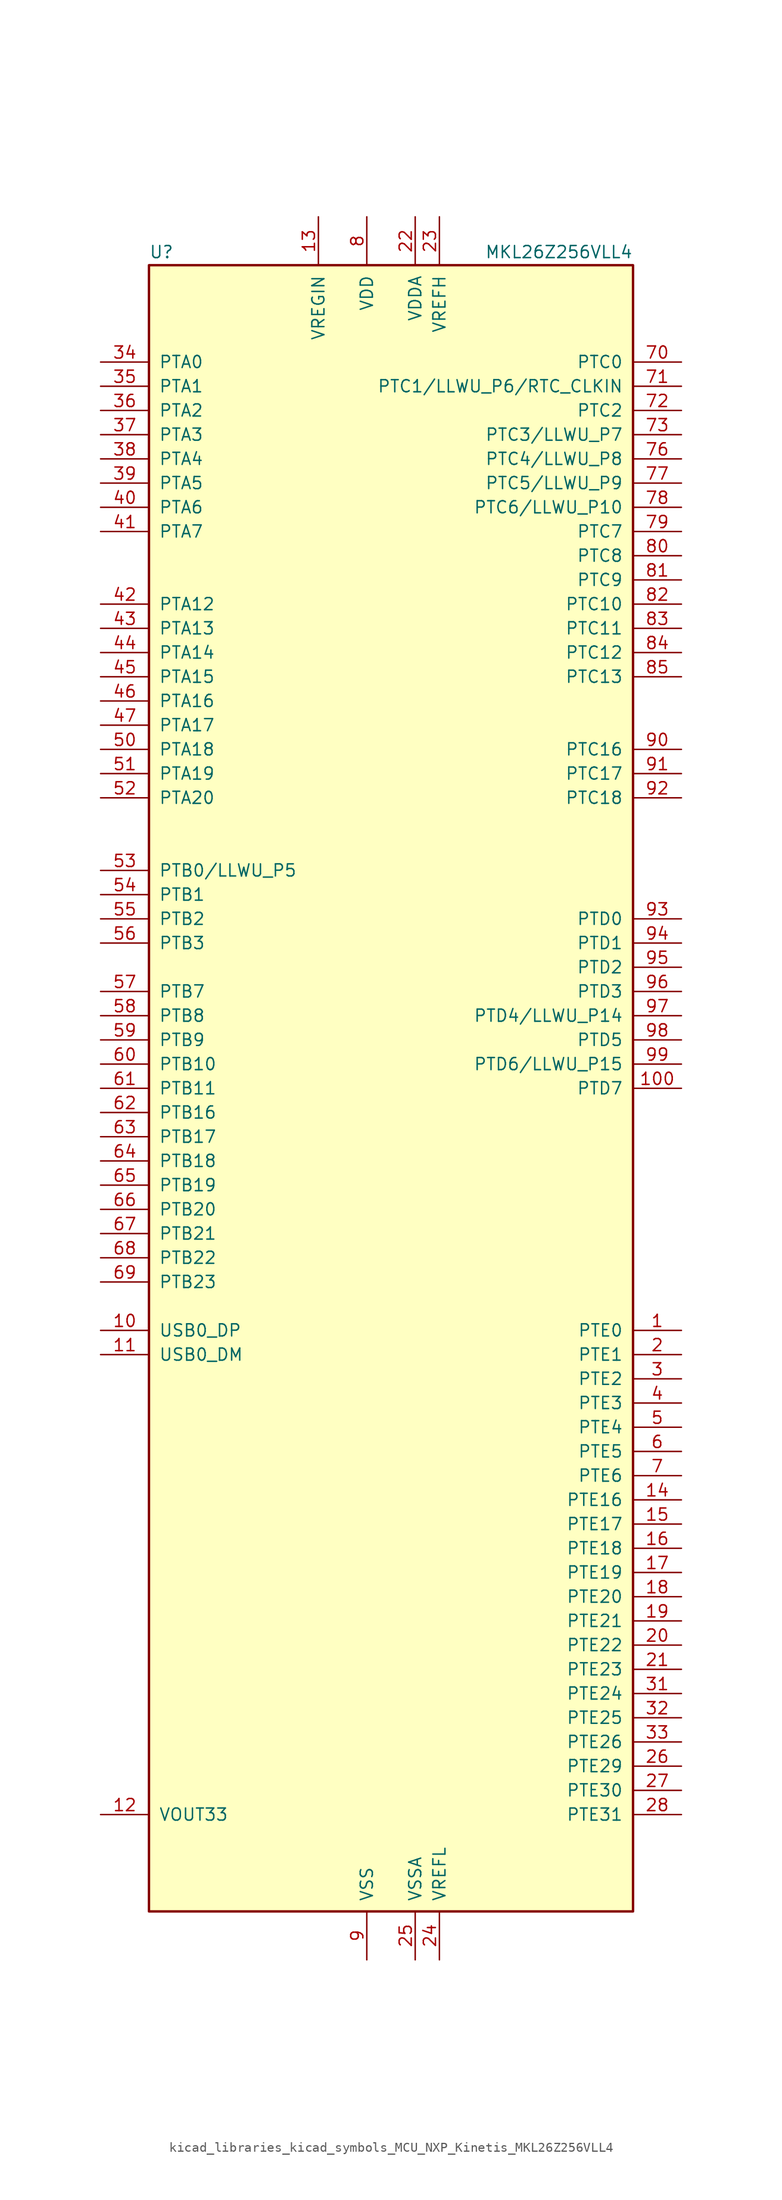
<source format=kicad_sym>
(kicad_symbol_lib
  (version 20220914)
  (generator kicad_symbol_editor)
  (symbol "kicad_libraries_kicad_symbols_MCU_NXP_Kinetis_MKL26Z256VLL4"
    (pin_names
      (offset 1.016))
    (property "Reference" "U"
      (at -25.4 86.995 0)
      (effects (font (size 1.27 1.27)) (justify left bottom)))
    (property "Value" "MKL26Z256VLL4"
      (at 25.4 86.995 0)
      (effects (font (size 1.27 1.27)) (justify right bottom)))
    (symbol "kicad_libraries_kicad_symbols_MCU_NXP_Kinetis_MKL26Z256VLL4_0_1"
      (rectangle (start -25.4 86.36) (end 25.4 -86.36) (stroke (width 0.254) (type default)) (fill (type background))))
    (symbol "kicad_libraries_kicad_symbols_MCU_NXP_Kinetis_MKL26Z256VLL4_1_1"
      (pin bidirectional line (at 30.48 -25.4 180) (length 5.08) (name "PTE0" (effects (font (size 1.27 1.27)))) (number "1" (effects (font (size 1.27 1.27)))))
      (pin bidirectional line (at -30.48 -25.4 0) (length 5.08) (name "USB0_DP" (effects (font (size 1.27 1.27)))) (number "10" (effects (font (size 1.27 1.27)))))
      (pin bidirectional line (at 30.48 0 180) (length 5.08) (name "PTD7" (effects (font (size 1.27 1.27)))) (number "100" (effects (font (size 1.27 1.27)))))
      (pin bidirectional line (at -30.48 -27.94 0) (length 5.08) (name "USB0_DM" (effects (font (size 1.27 1.27)))) (number "11" (effects (font (size 1.27 1.27)))))
      (pin power_out line (at -30.48 -76.2 0) (length 5.08) (name "VOUT33" (effects (font (size 1.27 1.27)))) (number "12" (effects (font (size 1.27 1.27)))))
      (pin power_in line (at -7.62 91.44 270) (length 5.08) (name "VREGIN" (effects (font (size 1.27 1.27)))) (number "13" (effects (font (size 1.27 1.27)))))
      (pin bidirectional line (at 30.48 -43.18 180) (length 5.08) (name "PTE16" (effects (font (size 1.27 1.27)))) (number "14" (effects (font (size 1.27 1.27)))))
      (pin bidirectional line (at 30.48 -45.72 180) (length 5.08) (name "PTE17" (effects (font (size 1.27 1.27)))) (number "15" (effects (font (size 1.27 1.27)))))
      (pin bidirectional line (at 30.48 -48.26 180) (length 5.08) (name "PTE18" (effects (font (size 1.27 1.27)))) (number "16" (effects (font (size 1.27 1.27)))))
      (pin bidirectional line (at 30.48 -50.8 180) (length 5.08) (name "PTE19" (effects (font (size 1.27 1.27)))) (number "17" (effects (font (size 1.27 1.27)))))
      (pin bidirectional line (at 30.48 -53.34 180) (length 5.08) (name "PTE20" (effects (font (size 1.27 1.27)))) (number "18" (effects (font (size 1.27 1.27)))))
      (pin bidirectional line (at 30.48 -55.88 180) (length 5.08) (name "PTE21" (effects (font (size 1.27 1.27)))) (number "19" (effects (font (size 1.27 1.27)))))
      (pin bidirectional line (at 30.48 -27.94 180) (length 5.08) (name "PTE1" (effects (font (size 1.27 1.27)))) (number "2" (effects (font (size 1.27 1.27)))))
      (pin bidirectional line (at 30.48 -58.42 180) (length 5.08) (name "PTE22" (effects (font (size 1.27 1.27)))) (number "20" (effects (font (size 1.27 1.27)))))
      (pin bidirectional line (at 30.48 -60.96 180) (length 5.08) (name "PTE23" (effects (font (size 1.27 1.27)))) (number "21" (effects (font (size 1.27 1.27)))))
      (pin power_in line (at 2.54 91.44 270) (length 5.08) (name "VDDA" (effects (font (size 1.27 1.27)))) (number "22" (effects (font (size 1.27 1.27)))))
      (pin power_in line (at 5.08 91.44 270) (length 5.08) (name "VREFH" (effects (font (size 1.27 1.27)))) (number "23" (effects (font (size 1.27 1.27)))))
      (pin power_in line (at 5.08 -91.44 90) (length 5.08) (name "VREFL" (effects (font (size 1.27 1.27)))) (number "24" (effects (font (size 1.27 1.27)))))
      (pin power_in line (at 2.54 -91.44 90) (length 5.08) (name "VSSA" (effects (font (size 1.27 1.27)))) (number "25" (effects (font (size 1.27 1.27)))))
      (pin bidirectional line (at 30.48 -71.12 180) (length 5.08) (name "PTE29" (effects (font (size 1.27 1.27)))) (number "26" (effects (font (size 1.27 1.27)))))
      (pin bidirectional line (at 30.48 -73.66 180) (length 5.08) (name "PTE30" (effects (font (size 1.27 1.27)))) (number "27" (effects (font (size 1.27 1.27)))))
      (pin bidirectional line (at 30.48 -76.2 180) (length 5.08) (name "PTE31" (effects (font (size 1.27 1.27)))) (number "28" (effects (font (size 1.27 1.27)))))
      (pin passive line (at -2.54 -91.44 90) (length 5.08) hide (name "VSS" (effects (font (size 1.27 1.27)))) (number "29" (effects (font (size 1.27 1.27)))))
      (pin bidirectional line (at 30.48 -30.48 180) (length 5.08) (name "PTE2" (effects (font (size 1.27 1.27)))) (number "3" (effects (font (size 1.27 1.27)))))
      (pin passive line (at -2.54 91.44 270) (length 5.08) hide (name "VDD" (effects (font (size 1.27 1.27)))) (number "30" (effects (font (size 1.27 1.27)))))
      (pin bidirectional line (at 30.48 -63.5 180) (length 5.08) (name "PTE24" (effects (font (size 1.27 1.27)))) (number "31" (effects (font (size 1.27 1.27)))))
      (pin bidirectional line (at 30.48 -66.04 180) (length 5.08) (name "PTE25" (effects (font (size 1.27 1.27)))) (number "32" (effects (font (size 1.27 1.27)))))
      (pin bidirectional line (at 30.48 -68.58 180) (length 5.08) (name "PTE26" (effects (font (size 1.27 1.27)))) (number "33" (effects (font (size 1.27 1.27)))))
      (pin bidirectional line (at -30.48 76.2 0) (length 5.08) (name "PTA0" (effects (font (size 1.27 1.27)))) (number "34" (effects (font (size 1.27 1.27)))))
      (pin bidirectional line (at -30.48 73.66 0) (length 5.08) (name "PTA1" (effects (font (size 1.27 1.27)))) (number "35" (effects (font (size 1.27 1.27)))))
      (pin bidirectional line (at -30.48 71.12 0) (length 5.08) (name "PTA2" (effects (font (size 1.27 1.27)))) (number "36" (effects (font (size 1.27 1.27)))))
      (pin bidirectional line (at -30.48 68.58 0) (length 5.08) (name "PTA3" (effects (font (size 1.27 1.27)))) (number "37" (effects (font (size 1.27 1.27)))))
      (pin bidirectional line (at -30.48 66.04 0) (length 5.08) (name "PTA4" (effects (font (size 1.27 1.27)))) (number "38" (effects (font (size 1.27 1.27)))))
      (pin bidirectional line (at -30.48 63.5 0) (length 5.08) (name "PTA5" (effects (font (size 1.27 1.27)))) (number "39" (effects (font (size 1.27 1.27)))))
      (pin bidirectional line (at 30.48 -33.02 180) (length 5.08) (name "PTE3" (effects (font (size 1.27 1.27)))) (number "4" (effects (font (size 1.27 1.27)))))
      (pin bidirectional line (at -30.48 60.96 0) (length 5.08) (name "PTA6" (effects (font (size 1.27 1.27)))) (number "40" (effects (font (size 1.27 1.27)))))
      (pin bidirectional line (at -30.48 58.42 0) (length 5.08) (name "PTA7" (effects (font (size 1.27 1.27)))) (number "41" (effects (font (size 1.27 1.27)))))
      (pin bidirectional line (at -30.48 50.8 0) (length 5.08) (name "PTA12" (effects (font (size 1.27 1.27)))) (number "42" (effects (font (size 1.27 1.27)))))
      (pin bidirectional line (at -30.48 48.26 0) (length 5.08) (name "PTA13" (effects (font (size 1.27 1.27)))) (number "43" (effects (font (size 1.27 1.27)))))
      (pin bidirectional line (at -30.48 45.72 0) (length 5.08) (name "PTA14" (effects (font (size 1.27 1.27)))) (number "44" (effects (font (size 1.27 1.27)))))
      (pin bidirectional line (at -30.48 43.18 0) (length 5.08) (name "PTA15" (effects (font (size 1.27 1.27)))) (number "45" (effects (font (size 1.27 1.27)))))
      (pin bidirectional line (at -30.48 40.64 0) (length 5.08) (name "PTA16" (effects (font (size 1.27 1.27)))) (number "46" (effects (font (size 1.27 1.27)))))
      (pin bidirectional line (at -30.48 38.1 0) (length 5.08) (name "PTA17" (effects (font (size 1.27 1.27)))) (number "47" (effects (font (size 1.27 1.27)))))
      (pin passive line (at -2.54 91.44 270) (length 5.08) hide (name "VDD" (effects (font (size 1.27 1.27)))) (number "48" (effects (font (size 1.27 1.27)))))
      (pin passive line (at -2.54 -91.44 90) (length 5.08) hide (name "VSS" (effects (font (size 1.27 1.27)))) (number "49" (effects (font (size 1.27 1.27)))))
      (pin bidirectional line (at 30.48 -35.56 180) (length 5.08) (name "PTE4" (effects (font (size 1.27 1.27)))) (number "5" (effects (font (size 1.27 1.27)))))
      (pin bidirectional line (at -30.48 35.56 0) (length 5.08) (name "PTA18" (effects (font (size 1.27 1.27)))) (number "50" (effects (font (size 1.27 1.27)))))
      (pin bidirectional line (at -30.48 33.02 0) (length 5.08) (name "PTA19" (effects (font (size 1.27 1.27)))) (number "51" (effects (font (size 1.27 1.27)))))
      (pin bidirectional line (at -30.48 30.48 0) (length 5.08) (name "PTA20" (effects (font (size 1.27 1.27)))) (number "52" (effects (font (size 1.27 1.27)))))
      (pin bidirectional line (at -30.48 22.86 0) (length 5.08) (name "PTB0/LLWU_P5" (effects (font (size 1.27 1.27)))) (number "53" (effects (font (size 1.27 1.27)))))
      (pin bidirectional line (at -30.48 20.32 0) (length 5.08) (name "PTB1" (effects (font (size 1.27 1.27)))) (number "54" (effects (font (size 1.27 1.27)))))
      (pin bidirectional line (at -30.48 17.78 0) (length 5.08) (name "PTB2" (effects (font (size 1.27 1.27)))) (number "55" (effects (font (size 1.27 1.27)))))
      (pin bidirectional line (at -30.48 15.24 0) (length 5.08) (name "PTB3" (effects (font (size 1.27 1.27)))) (number "56" (effects (font (size 1.27 1.27)))))
      (pin bidirectional line (at -30.48 10.16 0) (length 5.08) (name "PTB7" (effects (font (size 1.27 1.27)))) (number "57" (effects (font (size 1.27 1.27)))))
      (pin bidirectional line (at -30.48 7.62 0) (length 5.08) (name "PTB8" (effects (font (size 1.27 1.27)))) (number "58" (effects (font (size 1.27 1.27)))))
      (pin bidirectional line (at -30.48 5.08 0) (length 5.08) (name "PTB9" (effects (font (size 1.27 1.27)))) (number "59" (effects (font (size 1.27 1.27)))))
      (pin bidirectional line (at 30.48 -38.1 180) (length 5.08) (name "PTE5" (effects (font (size 1.27 1.27)))) (number "6" (effects (font (size 1.27 1.27)))))
      (pin bidirectional line (at -30.48 2.54 0) (length 5.08) (name "PTB10" (effects (font (size 1.27 1.27)))) (number "60" (effects (font (size 1.27 1.27)))))
      (pin bidirectional line (at -30.48 0 0) (length 5.08) (name "PTB11" (effects (font (size 1.27 1.27)))) (number "61" (effects (font (size 1.27 1.27)))))
      (pin bidirectional line (at -30.48 -2.54 0) (length 5.08) (name "PTB16" (effects (font (size 1.27 1.27)))) (number "62" (effects (font (size 1.27 1.27)))))
      (pin bidirectional line (at -30.48 -5.08 0) (length 5.08) (name "PTB17" (effects (font (size 1.27 1.27)))) (number "63" (effects (font (size 1.27 1.27)))))
      (pin bidirectional line (at -30.48 -7.62 0) (length 5.08) (name "PTB18" (effects (font (size 1.27 1.27)))) (number "64" (effects (font (size 1.27 1.27)))))
      (pin bidirectional line (at -30.48 -10.16 0) (length 5.08) (name "PTB19" (effects (font (size 1.27 1.27)))) (number "65" (effects (font (size 1.27 1.27)))))
      (pin bidirectional line (at -30.48 -12.7 0) (length 5.08) (name "PTB20" (effects (font (size 1.27 1.27)))) (number "66" (effects (font (size 1.27 1.27)))))
      (pin bidirectional line (at -30.48 -15.24 0) (length 5.08) (name "PTB21" (effects (font (size 1.27 1.27)))) (number "67" (effects (font (size 1.27 1.27)))))
      (pin bidirectional line (at -30.48 -17.78 0) (length 5.08) (name "PTB22" (effects (font (size 1.27 1.27)))) (number "68" (effects (font (size 1.27 1.27)))))
      (pin bidirectional line (at -30.48 -20.32 0) (length 5.08) (name "PTB23" (effects (font (size 1.27 1.27)))) (number "69" (effects (font (size 1.27 1.27)))))
      (pin bidirectional line (at 30.48 -40.64 180) (length 5.08) (name "PTE6" (effects (font (size 1.27 1.27)))) (number "7" (effects (font (size 1.27 1.27)))))
      (pin bidirectional line (at 30.48 76.2 180) (length 5.08) (name "PTC0" (effects (font (size 1.27 1.27)))) (number "70" (effects (font (size 1.27 1.27)))))
      (pin bidirectional line (at 30.48 73.66 180) (length 5.08) (name "PTC1/LLWU_P6/RTC_CLKIN" (effects (font (size 1.27 1.27)))) (number "71" (effects (font (size 1.27 1.27)))))
      (pin bidirectional line (at 30.48 71.12 180) (length 5.08) (name "PTC2" (effects (font (size 1.27 1.27)))) (number "72" (effects (font (size 1.27 1.27)))))
      (pin bidirectional line (at 30.48 68.58 180) (length 5.08) (name "PTC3/LLWU_P7" (effects (font (size 1.27 1.27)))) (number "73" (effects (font (size 1.27 1.27)))))
      (pin passive line (at -2.54 -91.44 90) (length 5.08) hide (name "VSS" (effects (font (size 1.27 1.27)))) (number "74" (effects (font (size 1.27 1.27)))))
      (pin passive line (at -2.54 91.44 270) (length 5.08) hide (name "VDD" (effects (font (size 1.27 1.27)))) (number "75" (effects (font (size 1.27 1.27)))))
      (pin bidirectional line (at 30.48 66.04 180) (length 5.08) (name "PTC4/LLWU_P8" (effects (font (size 1.27 1.27)))) (number "76" (effects (font (size 1.27 1.27)))))
      (pin bidirectional line (at 30.48 63.5 180) (length 5.08) (name "PTC5/LLWU_P9" (effects (font (size 1.27 1.27)))) (number "77" (effects (font (size 1.27 1.27)))))
      (pin bidirectional line (at 30.48 60.96 180) (length 5.08) (name "PTC6/LLWU_P10" (effects (font (size 1.27 1.27)))) (number "78" (effects (font (size 1.27 1.27)))))
      (pin bidirectional line (at 30.48 58.42 180) (length 5.08) (name "PTC7" (effects (font (size 1.27 1.27)))) (number "79" (effects (font (size 1.27 1.27)))))
      (pin power_in line (at -2.54 91.44 270) (length 5.08) (name "VDD" (effects (font (size 1.27 1.27)))) (number "8" (effects (font (size 1.27 1.27)))))
      (pin bidirectional line (at 30.48 55.88 180) (length 5.08) (name "PTC8" (effects (font (size 1.27 1.27)))) (number "80" (effects (font (size 1.27 1.27)))))
      (pin bidirectional line (at 30.48 53.34 180) (length 5.08) (name "PTC9" (effects (font (size 1.27 1.27)))) (number "81" (effects (font (size 1.27 1.27)))))
      (pin bidirectional line (at 30.48 50.8 180) (length 5.08) (name "PTC10" (effects (font (size 1.27 1.27)))) (number "82" (effects (font (size 1.27 1.27)))))
      (pin bidirectional line (at 30.48 48.26 180) (length 5.08) (name "PTC11" (effects (font (size 1.27 1.27)))) (number "83" (effects (font (size 1.27 1.27)))))
      (pin bidirectional line (at 30.48 45.72 180) (length 5.08) (name "PTC12" (effects (font (size 1.27 1.27)))) (number "84" (effects (font (size 1.27 1.27)))))
      (pin bidirectional line (at 30.48 43.18 180) (length 5.08) (name "PTC13" (effects (font (size 1.27 1.27)))) (number "85" (effects (font (size 1.27 1.27)))))
      (pin no_connect line (at -25.4 -63.5 0) (length 5.08) hide (name "NC" (effects (font (size 1.27 1.27)))) (number "86" (effects (font (size 1.27 1.27)))))
      (pin no_connect line (at -25.4 -66.04 0) (length 5.08) hide (name "NC" (effects (font (size 1.27 1.27)))) (number "87" (effects (font (size 1.27 1.27)))))
      (pin no_connect line (at -25.4 -68.58 0) (length 5.08) hide (name "NC" (effects (font (size 1.27 1.27)))) (number "88" (effects (font (size 1.27 1.27)))))
      (pin no_connect line (at -25.4 -71.12 0) (length 5.08) hide (name "NC" (effects (font (size 1.27 1.27)))) (number "89" (effects (font (size 1.27 1.27)))))
      (pin power_in line (at -2.54 -91.44 90) (length 5.08) (name "VSS" (effects (font (size 1.27 1.27)))) (number "9" (effects (font (size 1.27 1.27)))))
      (pin bidirectional line (at 30.48 35.56 180) (length 5.08) (name "PTC16" (effects (font (size 1.27 1.27)))) (number "90" (effects (font (size 1.27 1.27)))))
      (pin bidirectional line (at 30.48 33.02 180) (length 5.08) (name "PTC17" (effects (font (size 1.27 1.27)))) (number "91" (effects (font (size 1.27 1.27)))))
      (pin bidirectional line (at 30.48 30.48 180) (length 5.08) (name "PTC18" (effects (font (size 1.27 1.27)))) (number "92" (effects (font (size 1.27 1.27)))))
      (pin bidirectional line (at 30.48 17.78 180) (length 5.08) (name "PTD0" (effects (font (size 1.27 1.27)))) (number "93" (effects (font (size 1.27 1.27)))))
      (pin bidirectional line (at 30.48 15.24 180) (length 5.08) (name "PTD1" (effects (font (size 1.27 1.27)))) (number "94" (effects (font (size 1.27 1.27)))))
      (pin bidirectional line (at 30.48 12.7 180) (length 5.08) (name "PTD2" (effects (font (size 1.27 1.27)))) (number "95" (effects (font (size 1.27 1.27)))))
      (pin bidirectional line (at 30.48 10.16 180) (length 5.08) (name "PTD3" (effects (font (size 1.27 1.27)))) (number "96" (effects (font (size 1.27 1.27)))))
      (pin bidirectional line (at 30.48 7.62 180) (length 5.08) (name "PTD4/LLWU_P14" (effects (font (size 1.27 1.27)))) (number "97" (effects (font (size 1.27 1.27)))))
      (pin bidirectional line (at 30.48 5.08 180) (length 5.08) (name "PTD5" (effects (font (size 1.27 1.27)))) (number "98" (effects (font (size 1.27 1.27)))))
      (pin bidirectional line (at 30.48 2.54 180) (length 5.08) (name "PTD6/LLWU_P15" (effects (font (size 1.27 1.27)))) (number "99" (effects (font (size 1.27 1.27))))))))
</source>
